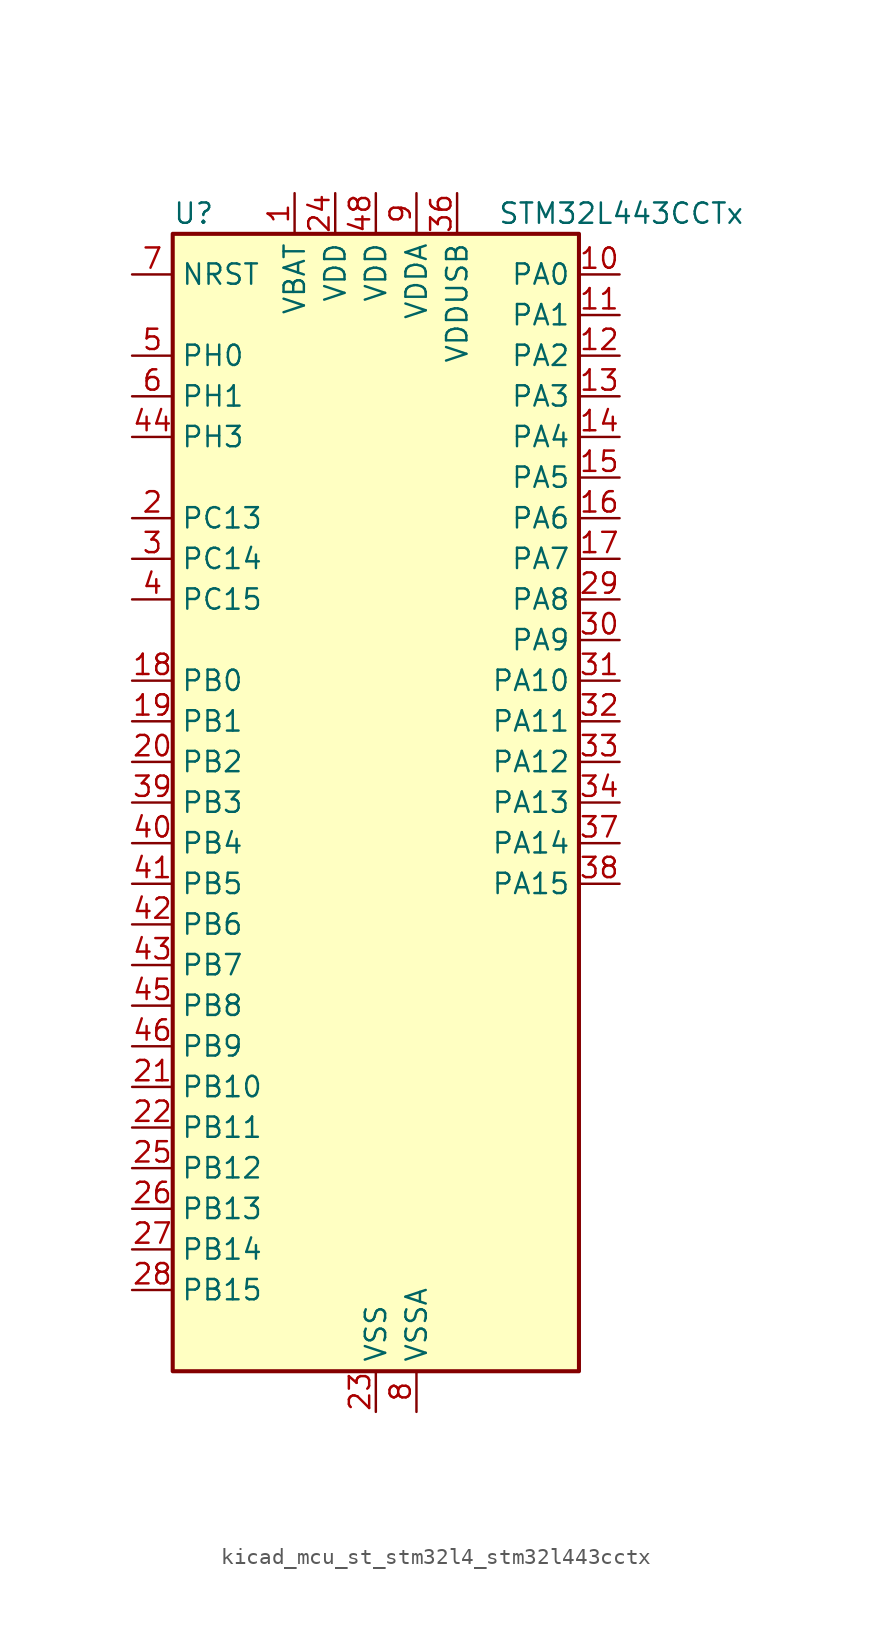
<source format=kicad_sym>
(kicad_symbol_lib
  (version 20220914)
  (generator kicad_symbol_editor)
  (symbol "kicad_mcu_st_stm32l4_stm32l443cctx"
    (property "Reference" "U"
      (at -12.7 36.83 0)
      (effects (font (size 1.27 1.27)) (justify left)))
    (property "Value" "STM32L443CCTx"
      (at 7.62 36.83 0)
      (effects (font (size 1.27 1.27)) (justify left)))
    (property "ki_locked" ""
      (at 0 0 0)
      (effects (font (size 1.27 1.27))))
    (symbol "kicad_mcu_st_stm32l4_stm32l443cctx_0_1"
      (rectangle (start -12.7 -35.56) (end 12.7 35.56) (stroke (width 0.254) (type default)) (fill (type background))))
    (symbol "kicad_mcu_st_stm32l4_stm32l443cctx_1_1"
      (pin power_in line (at -5.08 38.1 270) (length 2.54) (name "VBAT" (effects (font (size 1.27 1.27)))) (number "1" (effects (font (size 1.27 1.27)))))
      (pin bidirectional line (at 15.24 33.02 180) (length 2.54) (name "PA0" (effects (font (size 1.27 1.27)))) (number "10" (effects (font (size 1.27 1.27)))) (alternate "ADC1_IN5" bidirectional line) (alternate "COMP1_INM" bidirectional line) (alternate "COMP1_OUT" bidirectional line) (alternate "OPAMP1_VINP" bidirectional line) (alternate "RTC_TAMP2" bidirectional line) (alternate "SAI1_EXTCLK" bidirectional line) (alternate "SYS_WKUP1" bidirectional line) (alternate "TIM2_CH1" bidirectional line) (alternate "TIM2_ETR" bidirectional line) (alternate "USART2_CTS" bidirectional line))
      (pin bidirectional line (at 15.24 30.48 180) (length 2.54) (name "PA1" (effects (font (size 1.27 1.27)))) (number "11" (effects (font (size 1.27 1.27)))) (alternate "ADC1_IN6" bidirectional line) (alternate "COMP1_INP" bidirectional line) (alternate "I2C1_SMBA" bidirectional line) (alternate "LCD_SEG0" bidirectional line) (alternate "OPAMP1_VINM" bidirectional line) (alternate "SPI1_SCK" bidirectional line) (alternate "TIM15_CH1N" bidirectional line) (alternate "TIM2_CH2" bidirectional line) (alternate "USART2_DE" bidirectional line) (alternate "USART2_RTS" bidirectional line))
      (pin bidirectional line (at 15.24 27.94 180) (length 2.54) (name "PA2" (effects (font (size 1.27 1.27)))) (number "12" (effects (font (size 1.27 1.27)))) (alternate "ADC1_IN7" bidirectional line) (alternate "COMP2_INM" bidirectional line) (alternate "COMP2_OUT" bidirectional line) (alternate "LCD_SEG1" bidirectional line) (alternate "LPUART1_TX" bidirectional line) (alternate "QUADSPI_BK1_NCS" bidirectional line) (alternate "RCC_LSCO" bidirectional line) (alternate "SYS_WKUP4" bidirectional line) (alternate "TIM15_CH1" bidirectional line) (alternate "TIM2_CH3" bidirectional line) (alternate "USART2_TX" bidirectional line))
      (pin bidirectional line (at 15.24 25.4 180) (length 2.54) (name "PA3" (effects (font (size 1.27 1.27)))) (number "13" (effects (font (size 1.27 1.27)))) (alternate "ADC1_IN8" bidirectional line) (alternate "COMP2_INP" bidirectional line) (alternate "LCD_SEG2" bidirectional line) (alternate "LPUART1_RX" bidirectional line) (alternate "OPAMP1_VOUT" bidirectional line) (alternate "QUADSPI_CLK" bidirectional line) (alternate "SAI1_MCLK_A" bidirectional line) (alternate "TIM15_CH2" bidirectional line) (alternate "TIM2_CH4" bidirectional line) (alternate "USART2_RX" bidirectional line))
      (pin bidirectional line (at 15.24 22.86 180) (length 2.54) (name "PA4" (effects (font (size 1.27 1.27)))) (number "14" (effects (font (size 1.27 1.27)))) (alternate "ADC1_IN9" bidirectional line) (alternate "COMP1_INM" bidirectional line) (alternate "COMP2_INM" bidirectional line) (alternate "DAC1_OUT1" bidirectional line) (alternate "LPTIM2_OUT" bidirectional line) (alternate "SAI1_FS_B" bidirectional line) (alternate "SPI1_NSS" bidirectional line) (alternate "SPI3_NSS" bidirectional line) (alternate "USART2_CK" bidirectional line))
      (pin bidirectional line (at 15.24 20.32 180) (length 2.54) (name "PA5" (effects (font (size 1.27 1.27)))) (number "15" (effects (font (size 1.27 1.27)))) (alternate "ADC1_IN10" bidirectional line) (alternate "COMP1_INM" bidirectional line) (alternate "COMP2_INM" bidirectional line) (alternate "DAC1_OUT2" bidirectional line) (alternate "LPTIM2_ETR" bidirectional line) (alternate "SPI1_SCK" bidirectional line) (alternate "TIM2_CH1" bidirectional line) (alternate "TIM2_ETR" bidirectional line))
      (pin bidirectional line (at 15.24 17.78 180) (length 2.54) (name "PA6" (effects (font (size 1.27 1.27)))) (number "16" (effects (font (size 1.27 1.27)))) (alternate "ADC1_IN11" bidirectional line) (alternate "COMP1_OUT" bidirectional line) (alternate "LCD_SEG3" bidirectional line) (alternate "LPUART1_CTS" bidirectional line) (alternate "QUADSPI_BK1_IO3" bidirectional line) (alternate "SPI1_MISO" bidirectional line) (alternate "TIM16_CH1" bidirectional line) (alternate "TIM1_BKIN" bidirectional line) (alternate "TIM1_BKIN_COMP2" bidirectional line) (alternate "USART3_CTS" bidirectional line))
      (pin bidirectional line (at 15.24 15.24 180) (length 2.54) (name "PA7" (effects (font (size 1.27 1.27)))) (number "17" (effects (font (size 1.27 1.27)))) (alternate "ADC1_IN12" bidirectional line) (alternate "COMP2_OUT" bidirectional line) (alternate "I2C3_SCL" bidirectional line) (alternate "LCD_SEG4" bidirectional line) (alternate "QUADSPI_BK1_IO2" bidirectional line) (alternate "SPI1_MOSI" bidirectional line) (alternate "TIM1_CH1N" bidirectional line))
      (pin bidirectional line (at -15.24 7.62 0) (length 2.54) (name "PB0" (effects (font (size 1.27 1.27)))) (number "18" (effects (font (size 1.27 1.27)))) (alternate "ADC1_IN15" bidirectional line) (alternate "COMP1_OUT" bidirectional line) (alternate "LCD_SEG5" bidirectional line) (alternate "QUADSPI_BK1_IO1" bidirectional line) (alternate "SAI1_EXTCLK" bidirectional line) (alternate "SPI1_NSS" bidirectional line) (alternate "TIM1_CH2N" bidirectional line) (alternate "USART3_CK" bidirectional line))
      (pin bidirectional line (at -15.24 5.08 0) (length 2.54) (name "PB1" (effects (font (size 1.27 1.27)))) (number "19" (effects (font (size 1.27 1.27)))) (alternate "ADC1_IN16" bidirectional line) (alternate "COMP1_INM" bidirectional line) (alternate "LCD_SEG6" bidirectional line) (alternate "LPTIM2_IN1" bidirectional line) (alternate "LPUART1_DE" bidirectional line) (alternate "LPUART1_RTS" bidirectional line) (alternate "QUADSPI_BK1_IO0" bidirectional line) (alternate "TIM1_CH3N" bidirectional line) (alternate "USART3_DE" bidirectional line) (alternate "USART3_RTS" bidirectional line))
      (pin bidirectional line (at -15.24 17.78 0) (length 2.54) (name "PC13" (effects (font (size 1.27 1.27)))) (number "2" (effects (font (size 1.27 1.27)))) (alternate "RTC_OUT_ALARM" bidirectional line) (alternate "RTC_OUT_CALIB" bidirectional line) (alternate "RTC_TAMP1" bidirectional line) (alternate "RTC_TS" bidirectional line) (alternate "SYS_WKUP2" bidirectional line))
      (pin bidirectional line (at -15.24 2.54 0) (length 2.54) (name "PB2" (effects (font (size 1.27 1.27)))) (number "20" (effects (font (size 1.27 1.27)))) (alternate "COMP1_INP" bidirectional line) (alternate "I2C3_SMBA" bidirectional line) (alternate "LCD_VLCD" bidirectional line) (alternate "LPTIM1_OUT" bidirectional line) (alternate "RTC_OUT_ALARM" bidirectional line) (alternate "RTC_OUT_CALIB" bidirectional line))
      (pin bidirectional line (at -15.24 -17.78 0) (length 2.54) (name "PB10" (effects (font (size 1.27 1.27)))) (number "21" (effects (font (size 1.27 1.27)))) (alternate "COMP1_OUT" bidirectional line) (alternate "I2C2_SCL" bidirectional line) (alternate "LCD_SEG10" bidirectional line) (alternate "LPUART1_RX" bidirectional line) (alternate "QUADSPI_CLK" bidirectional line) (alternate "SAI1_SCK_A" bidirectional line) (alternate "SPI2_SCK" bidirectional line) (alternate "TIM2_CH3" bidirectional line) (alternate "TSC_SYNC" bidirectional line) (alternate "USART3_TX" bidirectional line))
      (pin bidirectional line (at -15.24 -20.32 0) (length 2.54) (name "PB11" (effects (font (size 1.27 1.27)))) (number "22" (effects (font (size 1.27 1.27)))) (alternate "ADC1_EXTI11" bidirectional line) (alternate "COMP2_OUT" bidirectional line) (alternate "I2C2_SDA" bidirectional line) (alternate "LCD_SEG11" bidirectional line) (alternate "LPUART1_TX" bidirectional line) (alternate "QUADSPI_BK1_NCS" bidirectional line) (alternate "TIM2_CH4" bidirectional line) (alternate "USART3_RX" bidirectional line))
      (pin power_in line (at 0 -38.1 90) (length 2.54) (name "VSS" (effects (font (size 1.27 1.27)))) (number "23" (effects (font (size 1.27 1.27)))))
      (pin power_in line (at -2.54 38.1 270) (length 2.54) (name "VDD" (effects (font (size 1.27 1.27)))) (number "24" (effects (font (size 1.27 1.27)))))
      (pin bidirectional line (at -15.24 -22.86 0) (length 2.54) (name "PB12" (effects (font (size 1.27 1.27)))) (number "25" (effects (font (size 1.27 1.27)))) (alternate "I2C2_SMBA" bidirectional line) (alternate "LCD_SEG12" bidirectional line) (alternate "LPUART1_DE" bidirectional line) (alternate "LPUART1_RTS" bidirectional line) (alternate "SAI1_FS_A" bidirectional line) (alternate "SPI2_NSS" bidirectional line) (alternate "SWPMI1_IO" bidirectional line) (alternate "TIM15_BKIN" bidirectional line) (alternate "TIM1_BKIN" bidirectional line) (alternate "TIM1_BKIN_COMP2" bidirectional line) (alternate "TSC_G1_IO1" bidirectional line) (alternate "USART3_CK" bidirectional line))
      (pin bidirectional line (at -15.24 -25.4 0) (length 2.54) (name "PB13" (effects (font (size 1.27 1.27)))) (number "26" (effects (font (size 1.27 1.27)))) (alternate "I2C2_SCL" bidirectional line) (alternate "LCD_SEG13" bidirectional line) (alternate "LPUART1_CTS" bidirectional line) (alternate "SAI1_SCK_A" bidirectional line) (alternate "SPI2_SCK" bidirectional line) (alternate "SWPMI1_TX" bidirectional line) (alternate "TIM15_CH1N" bidirectional line) (alternate "TIM1_CH1N" bidirectional line) (alternate "TSC_G1_IO2" bidirectional line) (alternate "USART3_CTS" bidirectional line))
      (pin bidirectional line (at -15.24 -27.94 0) (length 2.54) (name "PB14" (effects (font (size 1.27 1.27)))) (number "27" (effects (font (size 1.27 1.27)))) (alternate "I2C2_SDA" bidirectional line) (alternate "LCD_SEG14" bidirectional line) (alternate "SAI1_MCLK_A" bidirectional line) (alternate "SPI2_MISO" bidirectional line) (alternate "SWPMI1_RX" bidirectional line) (alternate "TIM15_CH1" bidirectional line) (alternate "TIM1_CH2N" bidirectional line) (alternate "TSC_G1_IO3" bidirectional line) (alternate "USART3_DE" bidirectional line) (alternate "USART3_RTS" bidirectional line))
      (pin bidirectional line (at -15.24 -30.48 0) (length 2.54) (name "PB15" (effects (font (size 1.27 1.27)))) (number "28" (effects (font (size 1.27 1.27)))) (alternate "ADC1_EXTI15" bidirectional line) (alternate "LCD_SEG15" bidirectional line) (alternate "RTC_REFIN" bidirectional line) (alternate "SAI1_SD_A" bidirectional line) (alternate "SPI2_MOSI" bidirectional line) (alternate "SWPMI1_SUSPEND" bidirectional line) (alternate "TIM15_CH2" bidirectional line) (alternate "TIM1_CH3N" bidirectional line) (alternate "TSC_G1_IO4" bidirectional line))
      (pin bidirectional line (at 15.24 12.7 180) (length 2.54) (name "PA8" (effects (font (size 1.27 1.27)))) (number "29" (effects (font (size 1.27 1.27)))) (alternate "LCD_COM0" bidirectional line) (alternate "LPTIM2_OUT" bidirectional line) (alternate "RCC_MCO" bidirectional line) (alternate "SAI1_SCK_A" bidirectional line) (alternate "SWPMI1_IO" bidirectional line) (alternate "TIM1_CH1" bidirectional line) (alternate "USART1_CK" bidirectional line))
      (pin bidirectional line (at -15.24 15.24 0) (length 2.54) (name "PC14" (effects (font (size 1.27 1.27)))) (number "3" (effects (font (size 1.27 1.27)))) (alternate "RCC_OSC32_IN" bidirectional line))
      (pin bidirectional line (at 15.24 10.16 180) (length 2.54) (name "PA9" (effects (font (size 1.27 1.27)))) (number "30" (effects (font (size 1.27 1.27)))) (alternate "DAC1_EXTI9" bidirectional line) (alternate "I2C1_SCL" bidirectional line) (alternate "LCD_COM1" bidirectional line) (alternate "SAI1_FS_A" bidirectional line) (alternate "TIM15_BKIN" bidirectional line) (alternate "TIM1_CH2" bidirectional line) (alternate "USART1_TX" bidirectional line))
      (pin bidirectional line (at 15.24 7.62 180) (length 2.54) (name "PA10" (effects (font (size 1.27 1.27)))) (number "31" (effects (font (size 1.27 1.27)))) (alternate "CRS_SYNC" bidirectional line) (alternate "I2C1_SDA" bidirectional line) (alternate "LCD_COM2" bidirectional line) (alternate "SAI1_SD_A" bidirectional line) (alternate "TIM1_CH3" bidirectional line) (alternate "USART1_RX" bidirectional line))
      (pin bidirectional line (at 15.24 5.08 180) (length 2.54) (name "PA11" (effects (font (size 1.27 1.27)))) (number "32" (effects (font (size 1.27 1.27)))) (alternate "ADC1_EXTI11" bidirectional line) (alternate "CAN1_RX" bidirectional line) (alternate "COMP1_OUT" bidirectional line) (alternate "SPI1_MISO" bidirectional line) (alternate "TIM1_BKIN2" bidirectional line) (alternate "TIM1_BKIN2_COMP1" bidirectional line) (alternate "TIM1_CH4" bidirectional line) (alternate "USART1_CTS" bidirectional line) (alternate "USB_DM" bidirectional line))
      (pin bidirectional line (at 15.24 2.54 180) (length 2.54) (name "PA12" (effects (font (size 1.27 1.27)))) (number "33" (effects (font (size 1.27 1.27)))) (alternate "CAN1_TX" bidirectional line) (alternate "SPI1_MOSI" bidirectional line) (alternate "TIM1_ETR" bidirectional line) (alternate "USART1_DE" bidirectional line) (alternate "USART1_RTS" bidirectional line) (alternate "USB_DP" bidirectional line))
      (pin bidirectional line (at 15.24 0 180) (length 2.54) (name "PA13" (effects (font (size 1.27 1.27)))) (number "34" (effects (font (size 1.27 1.27)))) (alternate "IR_OUT" bidirectional line) (alternate "SAI1_SD_B" bidirectional line) (alternate "SWPMI1_TX" bidirectional line) (alternate "SYS_JTMS-SWDIO" bidirectional line) (alternate "USB_NOE" bidirectional line))
      (pin passive line (at 0 -38.1 90) (length 2.54) hide (name "VSS" (effects (font (size 1.27 1.27)))) (number "35" (effects (font (size 1.27 1.27)))))
      (pin power_in line (at 5.08 38.1 270) (length 2.54) (name "VDDUSB" (effects (font (size 1.27 1.27)))) (number "36" (effects (font (size 1.27 1.27)))))
      (pin bidirectional line (at 15.24 -2.54 180) (length 2.54) (name "PA14" (effects (font (size 1.27 1.27)))) (number "37" (effects (font (size 1.27 1.27)))) (alternate "I2C1_SMBA" bidirectional line) (alternate "LPTIM1_OUT" bidirectional line) (alternate "SAI1_FS_B" bidirectional line) (alternate "SWPMI1_RX" bidirectional line) (alternate "SYS_JTCK-SWCLK" bidirectional line))
      (pin bidirectional line (at 15.24 -5.08 180) (length 2.54) (name "PA15" (effects (font (size 1.27 1.27)))) (number "38" (effects (font (size 1.27 1.27)))) (alternate "ADC1_EXTI15" bidirectional line) (alternate "LCD_SEG17" bidirectional line) (alternate "SPI1_NSS" bidirectional line) (alternate "SPI3_NSS" bidirectional line) (alternate "SWPMI1_SUSPEND" bidirectional line) (alternate "SYS_JTDI" bidirectional line) (alternate "TIM2_CH1" bidirectional line) (alternate "TIM2_ETR" bidirectional line) (alternate "USART2_RX" bidirectional line) (alternate "USART3_DE" bidirectional line) (alternate "USART3_RTS" bidirectional line))
      (pin bidirectional line (at -15.24 0 0) (length 2.54) (name "PB3" (effects (font (size 1.27 1.27)))) (number "39" (effects (font (size 1.27 1.27)))) (alternate "COMP2_INM" bidirectional line) (alternate "LCD_SEG7" bidirectional line) (alternate "SAI1_SCK_B" bidirectional line) (alternate "SPI1_SCK" bidirectional line) (alternate "SPI3_SCK" bidirectional line) (alternate "SYS_JTDO-SWO" bidirectional line) (alternate "TIM2_CH2" bidirectional line) (alternate "USART1_DE" bidirectional line) (alternate "USART1_RTS" bidirectional line))
      (pin bidirectional line (at -15.24 12.7 0) (length 2.54) (name "PC15" (effects (font (size 1.27 1.27)))) (number "4" (effects (font (size 1.27 1.27)))) (alternate "ADC1_EXTI15" bidirectional line) (alternate "RCC_OSC32_OUT" bidirectional line))
      (pin bidirectional line (at -15.24 -2.54 0) (length 2.54) (name "PB4" (effects (font (size 1.27 1.27)))) (number "40" (effects (font (size 1.27 1.27)))) (alternate "COMP2_INP" bidirectional line) (alternate "I2C3_SDA" bidirectional line) (alternate "LCD_SEG8" bidirectional line) (alternate "SAI1_MCLK_B" bidirectional line) (alternate "SPI1_MISO" bidirectional line) (alternate "SPI3_MISO" bidirectional line) (alternate "SYS_JTRST" bidirectional line) (alternate "TSC_G2_IO1" bidirectional line) (alternate "USART1_CTS" bidirectional line))
      (pin bidirectional line (at -15.24 -5.08 0) (length 2.54) (name "PB5" (effects (font (size 1.27 1.27)))) (number "41" (effects (font (size 1.27 1.27)))) (alternate "COMP2_OUT" bidirectional line) (alternate "I2C1_SMBA" bidirectional line) (alternate "LCD_SEG9" bidirectional line) (alternate "LPTIM1_IN1" bidirectional line) (alternate "SAI1_SD_B" bidirectional line) (alternate "SPI1_MOSI" bidirectional line) (alternate "SPI3_MOSI" bidirectional line) (alternate "TIM16_BKIN" bidirectional line) (alternate "TSC_G2_IO2" bidirectional line) (alternate "USART1_CK" bidirectional line))
      (pin bidirectional line (at -15.24 -7.62 0) (length 2.54) (name "PB6" (effects (font (size 1.27 1.27)))) (number "42" (effects (font (size 1.27 1.27)))) (alternate "COMP2_INP" bidirectional line) (alternate "I2C1_SCL" bidirectional line) (alternate "LPTIM1_ETR" bidirectional line) (alternate "SAI1_FS_B" bidirectional line) (alternate "TIM16_CH1N" bidirectional line) (alternate "TSC_G2_IO3" bidirectional line) (alternate "USART1_TX" bidirectional line))
      (pin bidirectional line (at -15.24 -10.16 0) (length 2.54) (name "PB7" (effects (font (size 1.27 1.27)))) (number "43" (effects (font (size 1.27 1.27)))) (alternate "COMP2_INM" bidirectional line) (alternate "I2C1_SDA" bidirectional line) (alternate "LCD_SEG21" bidirectional line) (alternate "LPTIM1_IN2" bidirectional line) (alternate "SYS_PVD_IN" bidirectional line) (alternate "TSC_G2_IO4" bidirectional line) (alternate "USART1_RX" bidirectional line))
      (pin bidirectional line (at -15.24 22.86 0) (length 2.54) (name "PH3" (effects (font (size 1.27 1.27)))) (number "44" (effects (font (size 1.27 1.27)))))
      (pin bidirectional line (at -15.24 -12.7 0) (length 2.54) (name "PB8" (effects (font (size 1.27 1.27)))) (number "45" (effects (font (size 1.27 1.27)))) (alternate "CAN1_RX" bidirectional line) (alternate "I2C1_SCL" bidirectional line) (alternate "LCD_SEG16" bidirectional line) (alternate "SAI1_MCLK_A" bidirectional line) (alternate "TIM16_CH1" bidirectional line))
      (pin bidirectional line (at -15.24 -15.24 0) (length 2.54) (name "PB9" (effects (font (size 1.27 1.27)))) (number "46" (effects (font (size 1.27 1.27)))) (alternate "CAN1_TX" bidirectional line) (alternate "DAC1_EXTI9" bidirectional line) (alternate "I2C1_SDA" bidirectional line) (alternate "IR_OUT" bidirectional line) (alternate "LCD_COM3" bidirectional line) (alternate "SAI1_FS_A" bidirectional line) (alternate "SPI2_NSS" bidirectional line))
      (pin passive line (at 0 -38.1 90) (length 2.54) hide (name "VSS" (effects (font (size 1.27 1.27)))) (number "47" (effects (font (size 1.27 1.27)))))
      (pin power_in line (at 0 38.1 270) (length 2.54) (name "VDD" (effects (font (size 1.27 1.27)))) (number "48" (effects (font (size 1.27 1.27)))))
      (pin bidirectional line (at -15.24 27.94 0) (length 2.54) (name "PH0" (effects (font (size 1.27 1.27)))) (number "5" (effects (font (size 1.27 1.27)))) (alternate "RCC_OSC_IN" bidirectional line))
      (pin bidirectional line (at -15.24 25.4 0) (length 2.54) (name "PH1" (effects (font (size 1.27 1.27)))) (number "6" (effects (font (size 1.27 1.27)))) (alternate "RCC_OSC_OUT" bidirectional line))
      (pin input line (at -15.24 33.02 0) (length 2.54) (name "NRST" (effects (font (size 1.27 1.27)))) (number "7" (effects (font (size 1.27 1.27)))))
      (pin power_in line (at 2.54 -38.1 90) (length 2.54) (name "VSSA" (effects (font (size 1.27 1.27)))) (number "8" (effects (font (size 1.27 1.27)))))
      (pin power_in line (at 2.54 38.1 270) (length 2.54) (name "VDDA" (effects (font (size 1.27 1.27)))) (number "9" (effects (font (size 1.27 1.27))))))))
</source>
